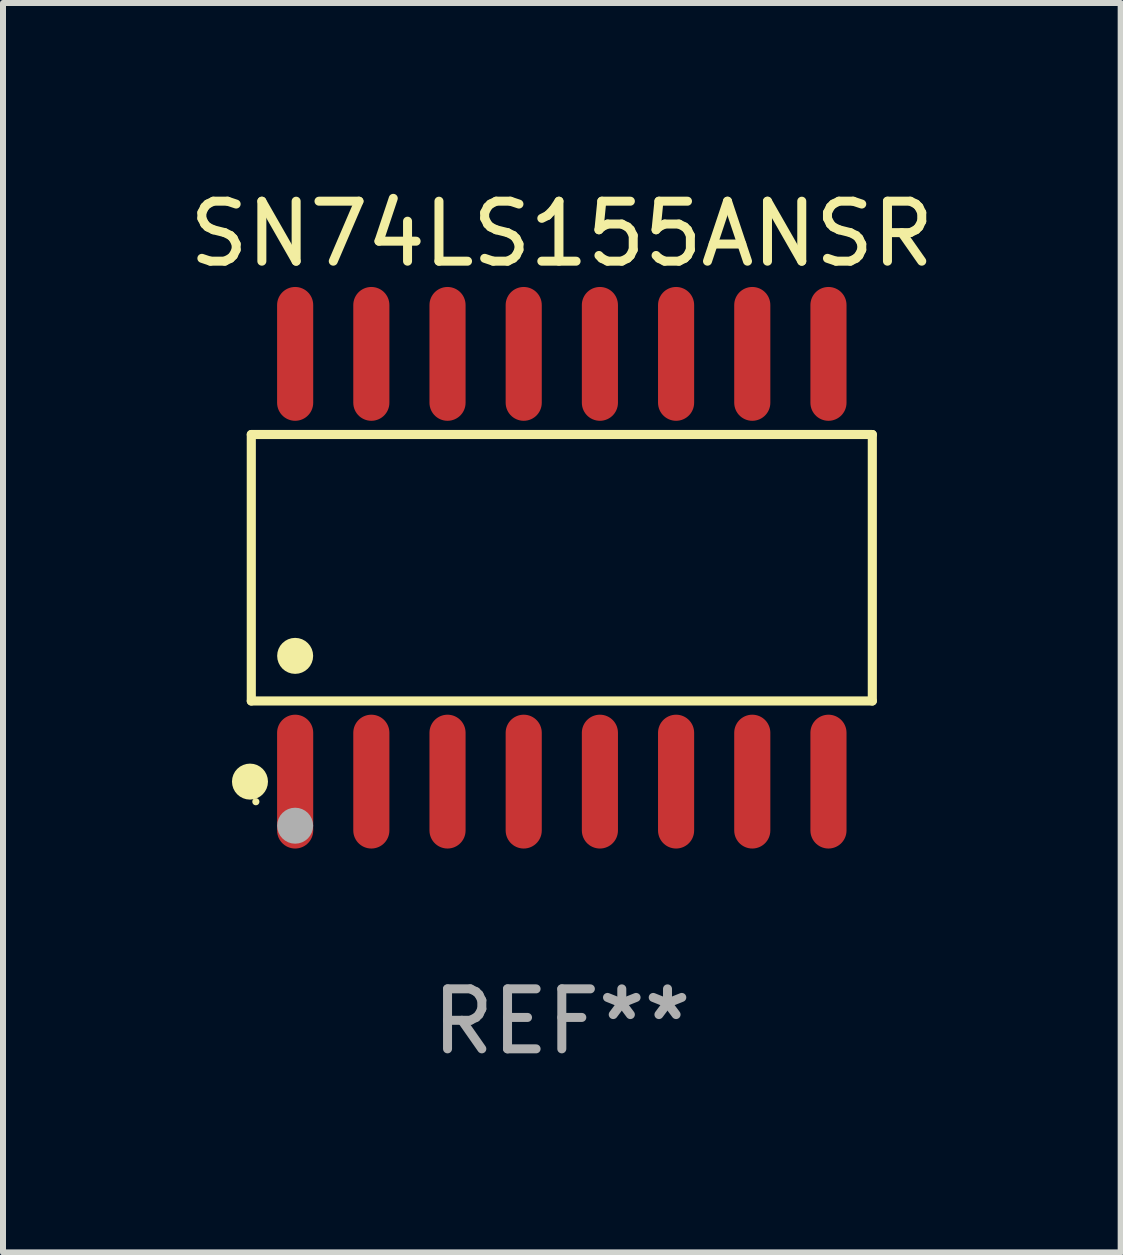
<source format=kicad_pcb>
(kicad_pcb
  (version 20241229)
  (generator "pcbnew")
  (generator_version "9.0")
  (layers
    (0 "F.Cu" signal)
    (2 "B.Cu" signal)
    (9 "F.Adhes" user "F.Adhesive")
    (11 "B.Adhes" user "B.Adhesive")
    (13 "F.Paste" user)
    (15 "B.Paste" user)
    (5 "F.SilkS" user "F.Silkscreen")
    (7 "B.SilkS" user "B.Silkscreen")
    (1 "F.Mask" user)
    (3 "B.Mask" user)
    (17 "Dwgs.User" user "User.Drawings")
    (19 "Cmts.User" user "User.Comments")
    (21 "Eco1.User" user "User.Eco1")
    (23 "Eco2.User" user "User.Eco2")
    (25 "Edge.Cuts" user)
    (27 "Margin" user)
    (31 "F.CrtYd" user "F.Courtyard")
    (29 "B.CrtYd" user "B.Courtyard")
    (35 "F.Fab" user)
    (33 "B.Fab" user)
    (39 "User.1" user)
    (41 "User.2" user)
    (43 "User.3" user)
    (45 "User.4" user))
  (footprint "SN74LS155ANSR"
    (layer "F.Cu")
    (at 6.315 6.414)
    (property "Reference" "SN74LS155ANSR" (at 0 -5.565 0) (layer "F.SilkS") (effects (font (size 1 1) (thickness 0.15))))
    (attr through_hole)
    (fp_line (start -5.176 -2.221) (end 5.176 -2.221) (stroke (width 0.152) (type solid)) (layer "F.SilkS"))
    (fp_line (start -5.176 2.221) (end -5.176 -2.221) (stroke (width 0.152) (type solid)) (layer "F.SilkS"))
    (fp_line (start 5.176 -2.221) (end 5.176 2.221) (stroke (width 0.152) (type solid)) (layer "F.SilkS"))
    (fp_line (start 5.176 2.221) (end -5.176 2.221) (stroke (width 0.152) (type solid)) (layer "F.SilkS"))
    (fp_circle (center -5.198 3.565) (end -5.048 3.565) (stroke (width 0.3) (type solid)) (fill no) (layer "F.SilkS"))
    (fp_circle (center -5.1 3.9) (end -5.07 3.9) (stroke (width 0.06) (type solid)) (fill no) (layer "F.SilkS"))
    (fp_circle (center -4.445 1.469) (end -4.295 1.469) (stroke (width 0.3) (type solid)) (fill no) (layer "F.SilkS"))
    (fp_circle (center -4.445 4.3) (end -4.295 4.3) (stroke (width 0.3) (type solid)) (fill no) (layer "F.Fab"))
    (fp_text user "REF**" (at 0 7.565 0) (layer "F.Fab") (effects (font (size 1 1) (thickness 0.15))))
    (pad "1" smd oval (at -4.445 3.565) (size 0.602 2.231) (layers "F.Cu" "F.Mask" "F.Paste"))
    (pad "2" smd oval (at -3.175 3.565) (size 0.602 2.231) (layers "F.Cu" "F.Mask" "F.Paste"))
    (pad "3" smd oval (at -1.905 3.565) (size 0.602 2.231) (layers "F.Cu" "F.Mask" "F.Paste"))
    (pad "4" smd oval (at -0.635 3.565) (size 0.602 2.231) (layers "F.Cu" "F.Mask" "F.Paste"))
    (pad "5" smd oval (at 0.635 3.565) (size 0.602 2.231) (layers "F.Cu" "F.Mask" "F.Paste"))
    (pad "6" smd oval (at 1.905 3.565) (size 0.602 2.231) (layers "F.Cu" "F.Mask" "F.Paste"))
    (pad "7" smd oval (at 3.175 3.565) (size 0.602 2.231) (layers "F.Cu" "F.Mask" "F.Paste"))
    (pad "8" smd oval (at 4.445 3.565) (size 0.602 2.231) (layers "F.Cu" "F.Mask" "F.Paste"))
    (pad "9" smd oval (at 4.445 -3.565) (size 0.602 2.231) (layers "F.Cu" "F.Mask" "F.Paste"))
    (pad "10" smd oval (at 3.175 -3.565) (size 0.602 2.231) (layers "F.Cu" "F.Mask" "F.Paste"))
    (pad "11" smd oval (at 1.905 -3.565) (size 0.602 2.231) (layers "F.Cu" "F.Mask" "F.Paste"))
    (pad "12" smd oval (at 0.635 -3.565) (size 0.602 2.231) (layers "F.Cu" "F.Mask" "F.Paste"))
    (pad "13" smd oval (at -0.635 -3.565) (size 0.602 2.231) (layers "F.Cu" "F.Mask" "F.Paste"))
    (pad "14" smd oval (at -1.905 -3.565) (size 0.602 2.231) (layers "F.Cu" "F.Mask" "F.Paste"))
    (pad "15" smd oval (at -3.175 -3.565) (size 0.602 2.231) (layers "F.Cu" "F.Mask" "F.Paste"))
    (pad "16" smd oval (at -4.445 -3.565) (size 0.602 2.231) (layers "F.Cu" "F.Mask" "F.Paste")))
  (gr_rect
    (start -3 -3)
    (end 15.631 17.827)
    (stroke (width 0.1) (type default))
    (fill no)
    (layer "Edge.Cuts")))
</source>
